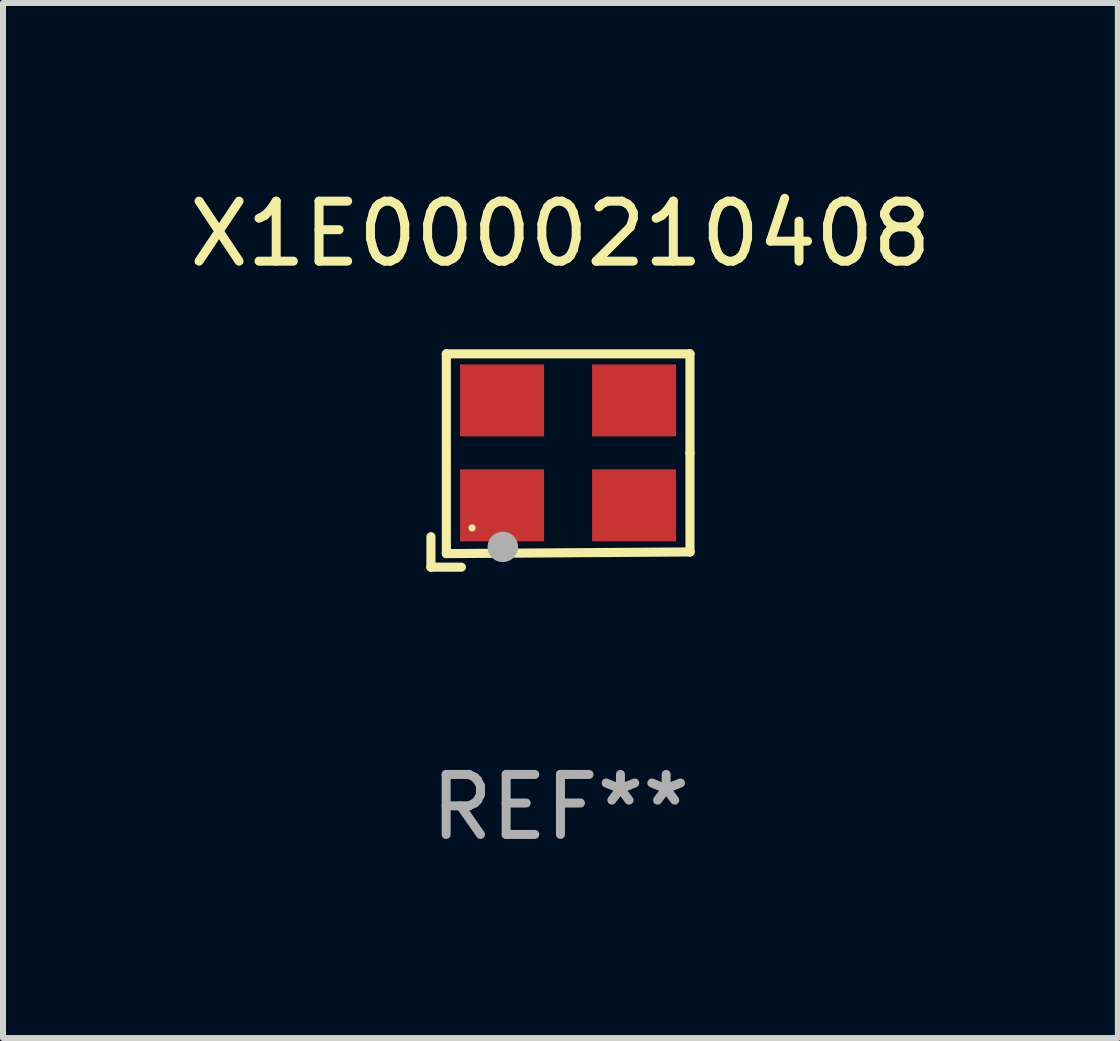
<source format=kicad_pcb>
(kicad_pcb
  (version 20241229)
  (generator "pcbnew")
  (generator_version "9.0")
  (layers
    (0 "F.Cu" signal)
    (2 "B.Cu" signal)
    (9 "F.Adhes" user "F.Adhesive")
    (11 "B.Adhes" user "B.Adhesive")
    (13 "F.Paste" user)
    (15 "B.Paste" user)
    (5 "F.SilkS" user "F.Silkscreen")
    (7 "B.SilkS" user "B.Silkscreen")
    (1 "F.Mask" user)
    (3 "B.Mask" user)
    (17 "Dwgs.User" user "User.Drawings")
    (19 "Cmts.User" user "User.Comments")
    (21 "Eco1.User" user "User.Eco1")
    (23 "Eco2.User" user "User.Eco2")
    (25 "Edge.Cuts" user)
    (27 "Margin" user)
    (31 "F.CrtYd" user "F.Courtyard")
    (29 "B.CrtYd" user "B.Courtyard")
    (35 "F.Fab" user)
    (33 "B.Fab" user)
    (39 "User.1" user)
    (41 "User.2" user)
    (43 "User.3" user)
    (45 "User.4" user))
  (footprint "X1E0000210408"
    (layer "F.Cu")
    (at 6.292 4.626)
    (property "Reference" "X1E0000210408" (at 0 -3.778 0) (layer "F.SilkS") (effects (font (size 1 1) (thickness 0.15))))
    (attr through_hole)
    (fp_line (start -2.159 1.27) (end -2.159 1.778) (stroke (width 0.152) (type solid)) (layer "F.SilkS"))
    (fp_line (start -2.159 1.778) (end -1.651 1.778) (stroke (width 0.152) (type solid)) (layer "F.SilkS"))
    (fp_line (start -1.902 -1.778) (end 2.159 -1.778) (stroke (width 0.152) (type solid)) (layer "F.SilkS"))
    (fp_line (start -1.902 1.552) (end -1.902 -1.778) (stroke (width 0.152) (type solid)) (layer "F.SilkS"))
    (fp_line (start 2.159 -1.778) (end 2.159 -0.127) (stroke (width 0.152) (type solid)) (layer "F.SilkS"))
    (fp_line (start 2.159 -0.127) (end 2.159 1.524) (stroke (width 0.152) (type solid)) (layer "F.SilkS"))
    (fp_line (start 2.159 1.524) (end -1.902 1.552) (stroke (width 0.152) (type solid)) (layer "F.SilkS"))
    (fp_line (start 2.159 1.524) (end 2.159 1.524) (stroke (width 0.152) (type solid)) (layer "F.SilkS"))
    (fp_circle (center -1.473 1.123) (end -1.443 1.123) (stroke (width 0.06) (type solid)) (fill no) (layer "F.SilkS"))
    (fp_circle (center -0.961 1.44) (end -0.834 1.44) (stroke (width 0.254) (type solid)) (fill no) (layer "F.Fab"))
    (fp_text user "REF**" (at 0 5.778 0) (layer "F.Fab") (effects (font (size 1 1) (thickness 0.15))))
    (pad "1" smd rect (at -0.973 0.748) (size 1.4 1.2) (layers "F.Cu" "F.Mask" "F.Paste"))
    (pad "2" smd rect (at 1.227 0.748) (size 1.4 1.2) (layers "F.Cu" "F.Mask" "F.Paste"))
    (pad "3" smd rect (at 1.227 -1.002) (size 1.4 1.2) (layers "F.Cu" "F.Mask" "F.Paste"))
    (pad "4" smd rect (at -0.973 -1.002) (size 1.4 1.2) (layers "F.Cu" "F.Mask" "F.Paste")))
  (gr_rect
    (start -3 -3)
    (end 15.583 14.253)
    (stroke (width 0.1) (type default))
    (fill no)
    (layer "Edge.Cuts")))
</source>
